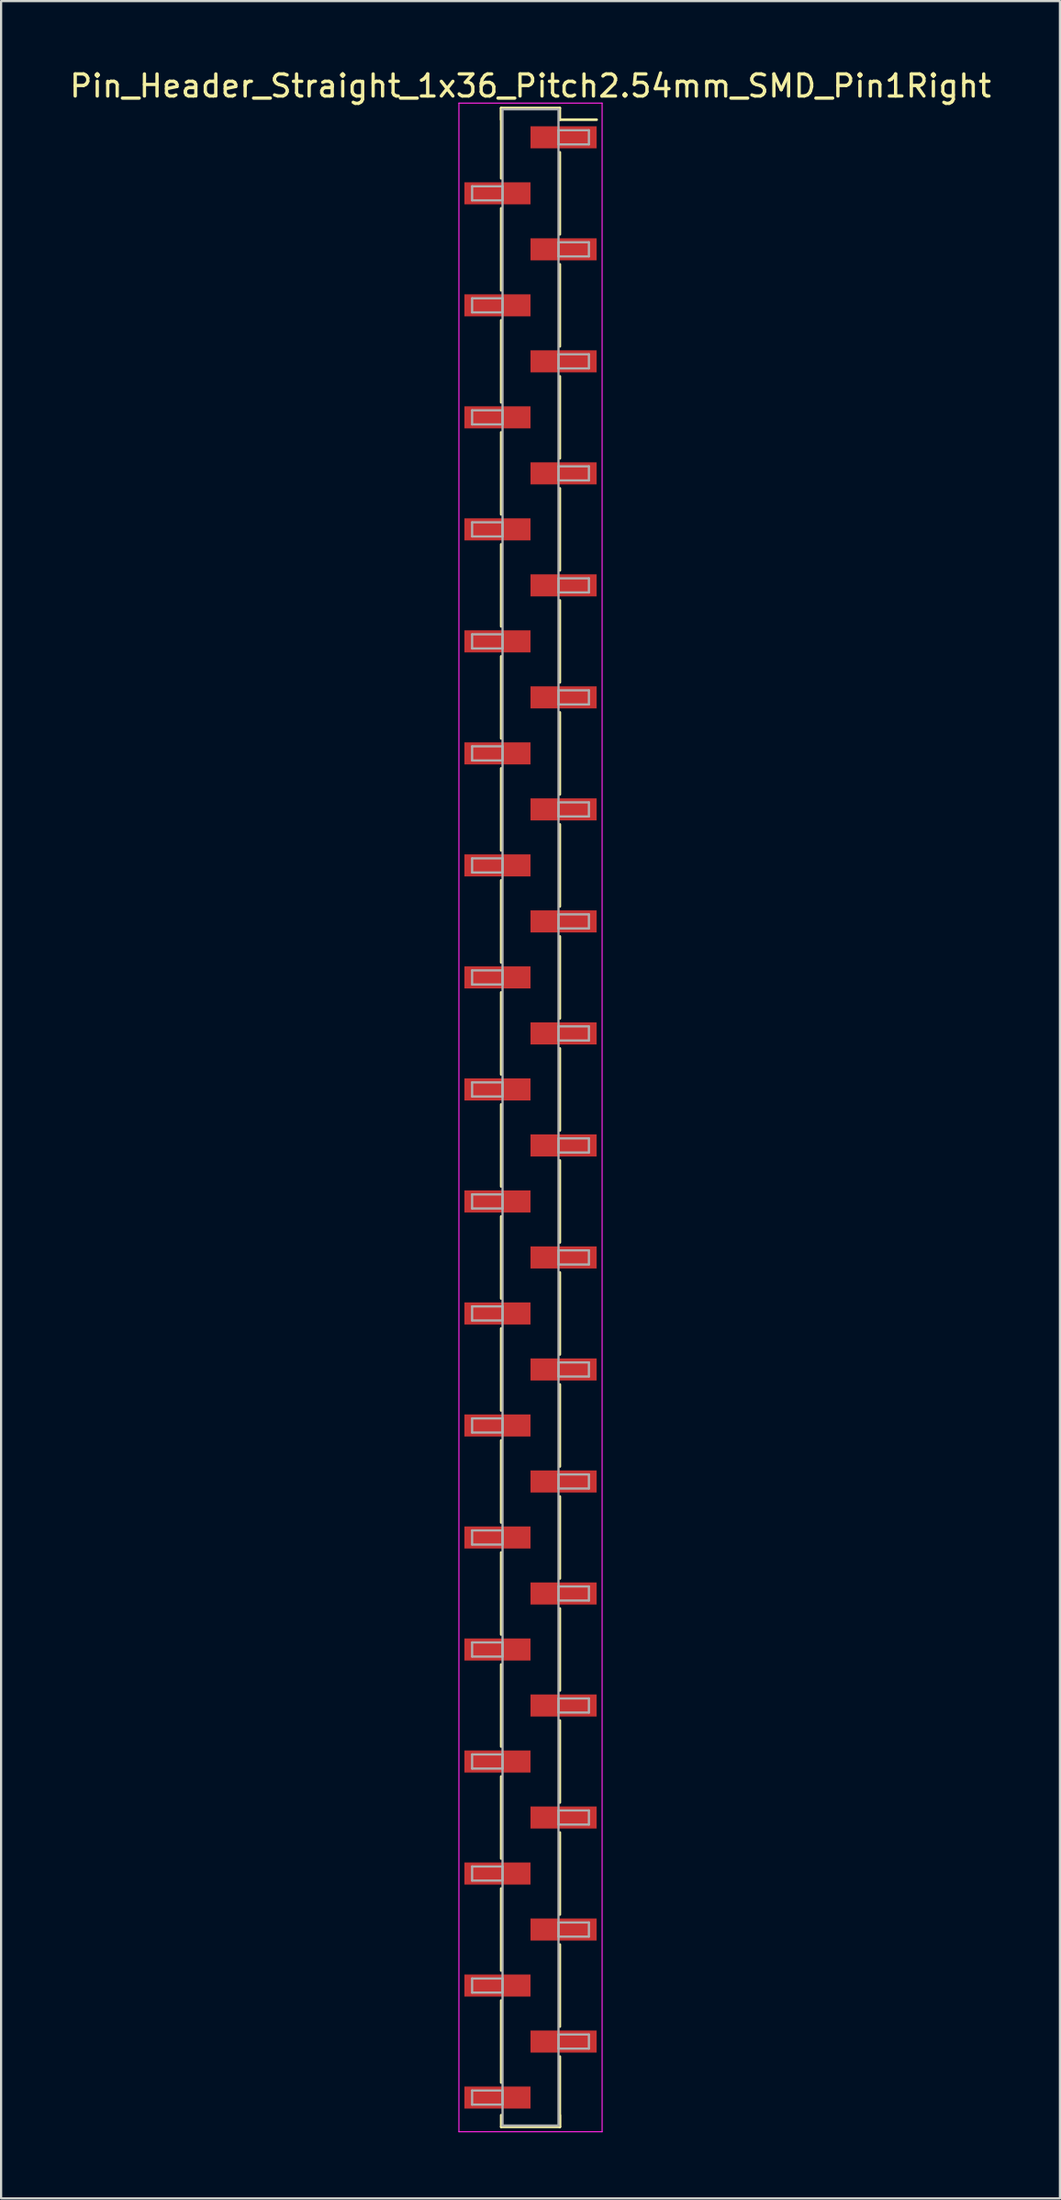
<source format=kicad_pcb>
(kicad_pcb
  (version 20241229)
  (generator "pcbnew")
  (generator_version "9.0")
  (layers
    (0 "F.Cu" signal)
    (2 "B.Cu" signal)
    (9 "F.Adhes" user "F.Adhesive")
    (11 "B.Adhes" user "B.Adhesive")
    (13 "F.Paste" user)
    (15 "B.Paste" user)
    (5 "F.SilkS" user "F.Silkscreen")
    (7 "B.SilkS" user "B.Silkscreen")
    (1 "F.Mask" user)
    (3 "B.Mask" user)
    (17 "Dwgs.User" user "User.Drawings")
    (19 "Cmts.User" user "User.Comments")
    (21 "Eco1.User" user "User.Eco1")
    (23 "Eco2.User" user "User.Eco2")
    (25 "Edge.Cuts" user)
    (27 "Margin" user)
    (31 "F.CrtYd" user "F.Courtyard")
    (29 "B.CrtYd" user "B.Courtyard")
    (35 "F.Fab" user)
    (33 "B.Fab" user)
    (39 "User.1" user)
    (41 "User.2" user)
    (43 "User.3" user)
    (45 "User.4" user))
  (footprint "Pin_Header_Straight_1x36_Pitch2.54mm_SMD_Pin1Right"
    (layer "F.Cu")
    (at 21.03 47.628)
    (property "Reference" "Pin_Header_Straight_1x36_Pitch2.54mm_SMD_Pin1Right" (at 0 -46.78 0) (layer "F.SilkS") (effects (font (size 1 1) (thickness 0.15))))
    (attr smd)
    (fp_line (start -1.33 -45.78) (end -1.33 -42.59) (stroke (width 0.12) (type solid)) (layer "F.SilkS"))
    (fp_line (start -1.33 -45.78) (end 1.33 -45.78) (stroke (width 0.12) (type solid)) (layer "F.SilkS"))
    (fp_line (start -1.33 -45.25) (end -1.33 -45.78) (stroke (width 0.12) (type solid)) (layer "F.SilkS"))
    (fp_line (start -1.33 -41.23) (end -1.33 -37.51) (stroke (width 0.12) (type solid)) (layer "F.SilkS"))
    (fp_line (start -1.33 -36.15) (end -1.33 -32.43) (stroke (width 0.12) (type solid)) (layer "F.SilkS"))
    (fp_line (start -1.33 -31.07) (end -1.33 -27.35) (stroke (width 0.12) (type solid)) (layer "F.SilkS"))
    (fp_line (start -1.33 -25.99) (end -1.33 -22.27) (stroke (width 0.12) (type solid)) (layer "F.SilkS"))
    (fp_line (start -1.33 -20.91) (end -1.33 -17.19) (stroke (width 0.12) (type solid)) (layer "F.SilkS"))
    (fp_line (start -1.33 -15.83) (end -1.33 -12.11) (stroke (width 0.12) (type solid)) (layer "F.SilkS"))
    (fp_line (start -1.33 -10.75) (end -1.33 -7.03) (stroke (width 0.12) (type solid)) (layer "F.SilkS"))
    (fp_line (start -1.33 -5.67) (end -1.33 -1.95) (stroke (width 0.12) (type solid)) (layer "F.SilkS"))
    (fp_line (start -1.33 -0.59) (end -1.33 3.13) (stroke (width 0.12) (type solid)) (layer "F.SilkS"))
    (fp_line (start -1.33 4.49) (end -1.33 8.21) (stroke (width 0.12) (type solid)) (layer "F.SilkS"))
    (fp_line (start -1.33 9.57) (end -1.33 13.29) (stroke (width 0.12) (type solid)) (layer "F.SilkS"))
    (fp_line (start -1.33 14.65) (end -1.33 18.37) (stroke (width 0.12) (type solid)) (layer "F.SilkS"))
    (fp_line (start -1.33 19.73) (end -1.33 23.45) (stroke (width 0.12) (type solid)) (layer "F.SilkS"))
    (fp_line (start -1.33 24.81) (end -1.33 28.53) (stroke (width 0.12) (type solid)) (layer "F.SilkS"))
    (fp_line (start -1.33 29.89) (end -1.33 33.61) (stroke (width 0.12) (type solid)) (layer "F.SilkS"))
    (fp_line (start -1.33 34.97) (end -1.33 38.69) (stroke (width 0.12) (type solid)) (layer "F.SilkS"))
    (fp_line (start -1.33 40.05) (end -1.33 43.77) (stroke (width 0.12) (type solid)) (layer "F.SilkS"))
    (fp_line (start -1.33 45.25) (end -1.33 45.78) (stroke (width 0.12) (type solid)) (layer "F.SilkS"))
    (fp_line (start -1.33 45.78) (end 1.33 45.78) (stroke (width 0.12) (type solid)) (layer "F.SilkS"))
    (fp_line (start 1.33 -45.78) (end 1.33 -45.25) (stroke (width 0.12) (type solid)) (layer "F.SilkS"))
    (fp_line (start 1.33 -45.25) (end 3 -45.25) (stroke (width 0.12) (type solid)) (layer "F.SilkS"))
    (fp_line (start 1.33 -43.77) (end 1.33 -40.05) (stroke (width 0.12) (type solid)) (layer "F.SilkS"))
    (fp_line (start 1.33 -38.69) (end 1.33 -34.97) (stroke (width 0.12) (type solid)) (layer "F.SilkS"))
    (fp_line (start 1.33 -33.61) (end 1.33 -29.89) (stroke (width 0.12) (type solid)) (layer "F.SilkS"))
    (fp_line (start 1.33 -28.53) (end 1.33 -24.81) (stroke (width 0.12) (type solid)) (layer "F.SilkS"))
    (fp_line (start 1.33 -23.45) (end 1.33 -19.73) (stroke (width 0.12) (type solid)) (layer "F.SilkS"))
    (fp_line (start 1.33 -18.37) (end 1.33 -14.65) (stroke (width 0.12) (type solid)) (layer "F.SilkS"))
    (fp_line (start 1.33 -13.29) (end 1.33 -9.57) (stroke (width 0.12) (type solid)) (layer "F.SilkS"))
    (fp_line (start 1.33 -8.21) (end 1.33 -4.49) (stroke (width 0.12) (type solid)) (layer "F.SilkS"))
    (fp_line (start 1.33 -3.13) (end 1.33 0.59) (stroke (width 0.12) (type solid)) (layer "F.SilkS"))
    (fp_line (start 1.33 1.95) (end 1.33 5.67) (stroke (width 0.12) (type solid)) (layer "F.SilkS"))
    (fp_line (start 1.33 7.03) (end 1.33 10.75) (stroke (width 0.12) (type solid)) (layer "F.SilkS"))
    (fp_line (start 1.33 12.11) (end 1.33 15.83) (stroke (width 0.12) (type solid)) (layer "F.SilkS"))
    (fp_line (start 1.33 17.19) (end 1.33 20.91) (stroke (width 0.12) (type solid)) (layer "F.SilkS"))
    (fp_line (start 1.33 22.27) (end 1.33 25.99) (stroke (width 0.12) (type solid)) (layer "F.SilkS"))
    (fp_line (start 1.33 27.35) (end 1.33 31.07) (stroke (width 0.12) (type solid)) (layer "F.SilkS"))
    (fp_line (start 1.33 32.43) (end 1.33 36.15) (stroke (width 0.12) (type solid)) (layer "F.SilkS"))
    (fp_line (start 1.33 37.51) (end 1.33 41.23) (stroke (width 0.12) (type solid)) (layer "F.SilkS"))
    (fp_line (start 1.33 42.59) (end 1.33 45.78) (stroke (width 0.12) (type solid)) (layer "F.SilkS"))
    (fp_line (start 1.33 45.78) (end 1.33 45.25) (stroke (width 0.12) (type solid)) (layer "F.SilkS"))
    (fp_line (start -3.25 -46) (end -3.25 46) (stroke (width 0.05) (type solid)) (layer "F.CrtYd"))
    (fp_line (start -3.25 46) (end 3.25 46) (stroke (width 0.05) (type solid)) (layer "F.CrtYd"))
    (fp_line (start 3.25 -46) (end -3.25 -46) (stroke (width 0.05) (type solid)) (layer "F.CrtYd"))
    (fp_line (start 3.25 46) (end 3.25 -46) (stroke (width 0.05) (type solid)) (layer "F.CrtYd"))
    (fp_line (start -2.65 -42.23) (end -1.27 -42.23) (stroke (width 0.1) (type solid)) (layer "F.Fab"))
    (fp_line (start -2.65 -41.59) (end -2.65 -42.23) (stroke (width 0.1) (type solid)) (layer "F.Fab"))
    (fp_line (start -2.65 -37.15) (end -1.27 -37.15) (stroke (width 0.1) (type solid)) (layer "F.Fab"))
    (fp_line (start -2.65 -36.51) (end -2.65 -37.15) (stroke (width 0.1) (type solid)) (layer "F.Fab"))
    (fp_line (start -2.65 -32.07) (end -1.27 -32.07) (stroke (width 0.1) (type solid)) (layer "F.Fab"))
    (fp_line (start -2.65 -31.43) (end -2.65 -32.07) (stroke (width 0.1) (type solid)) (layer "F.Fab"))
    (fp_line (start -2.65 -26.99) (end -1.27 -26.99) (stroke (width 0.1) (type solid)) (layer "F.Fab"))
    (fp_line (start -2.65 -26.35) (end -2.65 -26.99) (stroke (width 0.1) (type solid)) (layer "F.Fab"))
    (fp_line (start -2.65 -21.91) (end -1.27 -21.91) (stroke (width 0.1) (type solid)) (layer "F.Fab"))
    (fp_line (start -2.65 -21.27) (end -2.65 -21.91) (stroke (width 0.1) (type solid)) (layer "F.Fab"))
    (fp_line (start -2.65 -16.83) (end -1.27 -16.83) (stroke (width 0.1) (type solid)) (layer "F.Fab"))
    (fp_line (start -2.65 -16.19) (end -2.65 -16.83) (stroke (width 0.1) (type solid)) (layer "F.Fab"))
    (fp_line (start -2.65 -11.75) (end -1.27 -11.75) (stroke (width 0.1) (type solid)) (layer "F.Fab"))
    (fp_line (start -2.65 -11.11) (end -2.65 -11.75) (stroke (width 0.1) (type solid)) (layer "F.Fab"))
    (fp_line (start -2.65 -6.67) (end -1.27 -6.67) (stroke (width 0.1) (type solid)) (layer "F.Fab"))
    (fp_line (start -2.65 -6.03) (end -2.65 -6.67) (stroke (width 0.1) (type solid)) (layer "F.Fab"))
    (fp_line (start -2.65 -1.59) (end -1.27 -1.59) (stroke (width 0.1) (type solid)) (layer "F.Fab"))
    (fp_line (start -2.65 -0.95) (end -2.65 -1.59) (stroke (width 0.1) (type solid)) (layer "F.Fab"))
    (fp_line (start -2.65 3.49) (end -1.27 3.49) (stroke (width 0.1) (type solid)) (layer "F.Fab"))
    (fp_line (start -2.65 4.13) (end -2.65 3.49) (stroke (width 0.1) (type solid)) (layer "F.Fab"))
    (fp_line (start -2.65 8.57) (end -1.27 8.57) (stroke (width 0.1) (type solid)) (layer "F.Fab"))
    (fp_line (start -2.65 9.21) (end -2.65 8.57) (stroke (width 0.1) (type solid)) (layer "F.Fab"))
    (fp_line (start -2.65 13.65) (end -1.27 13.65) (stroke (width 0.1) (type solid)) (layer "F.Fab"))
    (fp_line (start -2.65 14.29) (end -2.65 13.65) (stroke (width 0.1) (type solid)) (layer "F.Fab"))
    (fp_line (start -2.65 18.73) (end -1.27 18.73) (stroke (width 0.1) (type solid)) (layer "F.Fab"))
    (fp_line (start -2.65 19.37) (end -2.65 18.73) (stroke (width 0.1) (type solid)) (layer "F.Fab"))
    (fp_line (start -2.65 23.81) (end -1.27 23.81) (stroke (width 0.1) (type solid)) (layer "F.Fab"))
    (fp_line (start -2.65 24.45) (end -2.65 23.81) (stroke (width 0.1) (type solid)) (layer "F.Fab"))
    (fp_line (start -2.65 28.89) (end -1.27 28.89) (stroke (width 0.1) (type solid)) (layer "F.Fab"))
    (fp_line (start -2.65 29.53) (end -2.65 28.89) (stroke (width 0.1) (type solid)) (layer "F.Fab"))
    (fp_line (start -2.65 33.97) (end -1.27 33.97) (stroke (width 0.1) (type solid)) (layer "F.Fab"))
    (fp_line (start -2.65 34.61) (end -2.65 33.97) (stroke (width 0.1) (type solid)) (layer "F.Fab"))
    (fp_line (start -2.65 39.05) (end -1.27 39.05) (stroke (width 0.1) (type solid)) (layer "F.Fab"))
    (fp_line (start -2.65 39.69) (end -2.65 39.05) (stroke (width 0.1) (type solid)) (layer "F.Fab"))
    (fp_line (start -2.65 44.13) (end -1.27 44.13) (stroke (width 0.1) (type solid)) (layer "F.Fab"))
    (fp_line (start -2.65 44.77) (end -2.65 44.13) (stroke (width 0.1) (type solid)) (layer "F.Fab"))
    (fp_line (start -1.27 -45.72) (end -1.27 45.72) (stroke (width 0.1) (type solid)) (layer "F.Fab"))
    (fp_line (start -1.27 -42.23) (end -1.27 -41.59) (stroke (width 0.1) (type solid)) (layer "F.Fab"))
    (fp_line (start -1.27 -41.59) (end -2.65 -41.59) (stroke (width 0.1) (type solid)) (layer "F.Fab"))
    (fp_line (start -1.27 -37.15) (end -1.27 -36.51) (stroke (width 0.1) (type solid)) (layer "F.Fab"))
    (fp_line (start -1.27 -36.51) (end -2.65 -36.51) (stroke (width 0.1) (type solid)) (layer "F.Fab"))
    (fp_line (start -1.27 -32.07) (end -1.27 -31.43) (stroke (width 0.1) (type solid)) (layer "F.Fab"))
    (fp_line (start -1.27 -31.43) (end -2.65 -31.43) (stroke (width 0.1) (type solid)) (layer "F.Fab"))
    (fp_line (start -1.27 -26.99) (end -1.27 -26.35) (stroke (width 0.1) (type solid)) (layer "F.Fab"))
    (fp_line (start -1.27 -26.35) (end -2.65 -26.35) (stroke (width 0.1) (type solid)) (layer "F.Fab"))
    (fp_line (start -1.27 -21.91) (end -1.27 -21.27) (stroke (width 0.1) (type solid)) (layer "F.Fab"))
    (fp_line (start -1.27 -21.27) (end -2.65 -21.27) (stroke (width 0.1) (type solid)) (layer "F.Fab"))
    (fp_line (start -1.27 -16.83) (end -1.27 -16.19) (stroke (width 0.1) (type solid)) (layer "F.Fab"))
    (fp_line (start -1.27 -16.19) (end -2.65 -16.19) (stroke (width 0.1) (type solid)) (layer "F.Fab"))
    (fp_line (start -1.27 -11.75) (end -1.27 -11.11) (stroke (width 0.1) (type solid)) (layer "F.Fab"))
    (fp_line (start -1.27 -11.11) (end -2.65 -11.11) (stroke (width 0.1) (type solid)) (layer "F.Fab"))
    (fp_line (start -1.27 -6.67) (end -1.27 -6.03) (stroke (width 0.1) (type solid)) (layer "F.Fab"))
    (fp_line (start -1.27 -6.03) (end -2.65 -6.03) (stroke (width 0.1) (type solid)) (layer "F.Fab"))
    (fp_line (start -1.27 -1.59) (end -1.27 -0.95) (stroke (width 0.1) (type solid)) (layer "F.Fab"))
    (fp_line (start -1.27 -0.95) (end -2.65 -0.95) (stroke (width 0.1) (type solid)) (layer "F.Fab"))
    (fp_line (start -1.27 3.49) (end -1.27 4.13) (stroke (width 0.1) (type solid)) (layer "F.Fab"))
    (fp_line (start -1.27 4.13) (end -2.65 4.13) (stroke (width 0.1) (type solid)) (layer "F.Fab"))
    (fp_line (start -1.27 8.57) (end -1.27 9.21) (stroke (width 0.1) (type solid)) (layer "F.Fab"))
    (fp_line (start -1.27 9.21) (end -2.65 9.21) (stroke (width 0.1) (type solid)) (layer "F.Fab"))
    (fp_line (start -1.27 13.65) (end -1.27 14.29) (stroke (width 0.1) (type solid)) (layer "F.Fab"))
    (fp_line (start -1.27 14.29) (end -2.65 14.29) (stroke (width 0.1) (type solid)) (layer "F.Fab"))
    (fp_line (start -1.27 18.73) (end -1.27 19.37) (stroke (width 0.1) (type solid)) (layer "F.Fab"))
    (fp_line (start -1.27 19.37) (end -2.65 19.37) (stroke (width 0.1) (type solid)) (layer "F.Fab"))
    (fp_line (start -1.27 23.81) (end -1.27 24.45) (stroke (width 0.1) (type solid)) (layer "F.Fab"))
    (fp_line (start -1.27 24.45) (end -2.65 24.45) (stroke (width 0.1) (type solid)) (layer "F.Fab"))
    (fp_line (start -1.27 28.89) (end -1.27 29.53) (stroke (width 0.1) (type solid)) (layer "F.Fab"))
    (fp_line (start -1.27 29.53) (end -2.65 29.53) (stroke (width 0.1) (type solid)) (layer "F.Fab"))
    (fp_line (start -1.27 33.97) (end -1.27 34.61) (stroke (width 0.1) (type solid)) (layer "F.Fab"))
    (fp_line (start -1.27 34.61) (end -2.65 34.61) (stroke (width 0.1) (type solid)) (layer "F.Fab"))
    (fp_line (start -1.27 39.05) (end -1.27 39.69) (stroke (width 0.1) (type solid)) (layer "F.Fab"))
    (fp_line (start -1.27 39.69) (end -2.65 39.69) (stroke (width 0.1) (type solid)) (layer "F.Fab"))
    (fp_line (start -1.27 44.13) (end -1.27 44.77) (stroke (width 0.1) (type solid)) (layer "F.Fab"))
    (fp_line (start -1.27 44.77) (end -2.65 44.77) (stroke (width 0.1) (type solid)) (layer "F.Fab"))
    (fp_line (start -1.27 45.72) (end 1.27 45.72) (stroke (width 0.1) (type solid)) (layer "F.Fab"))
    (fp_line (start 1.27 -45.72) (end -1.27 -45.72) (stroke (width 0.1) (type solid)) (layer "F.Fab"))
    (fp_line (start 1.27 -44.77) (end 1.27 -44.13) (stroke (width 0.1) (type solid)) (layer "F.Fab"))
    (fp_line (start 1.27 -44.13) (end 2.65 -44.13) (stroke (width 0.1) (type solid)) (layer "F.Fab"))
    (fp_line (start 1.27 -39.69) (end 1.27 -39.05) (stroke (width 0.1) (type solid)) (layer "F.Fab"))
    (fp_line (start 1.27 -39.05) (end 2.65 -39.05) (stroke (width 0.1) (type solid)) (layer "F.Fab"))
    (fp_line (start 1.27 -34.61) (end 1.27 -33.97) (stroke (width 0.1) (type solid)) (layer "F.Fab"))
    (fp_line (start 1.27 -33.97) (end 2.65 -33.97) (stroke (width 0.1) (type solid)) (layer "F.Fab"))
    (fp_line (start 1.27 -29.53) (end 1.27 -28.89) (stroke (width 0.1) (type solid)) (layer "F.Fab"))
    (fp_line (start 1.27 -28.89) (end 2.65 -28.89) (stroke (width 0.1) (type solid)) (layer "F.Fab"))
    (fp_line (start 1.27 -24.45) (end 1.27 -23.81) (stroke (width 0.1) (type solid)) (layer "F.Fab"))
    (fp_line (start 1.27 -23.81) (end 2.65 -23.81) (stroke (width 0.1) (type solid)) (layer "F.Fab"))
    (fp_line (start 1.27 -19.37) (end 1.27 -18.73) (stroke (width 0.1) (type solid)) (layer "F.Fab"))
    (fp_line (start 1.27 -18.73) (end 2.65 -18.73) (stroke (width 0.1) (type solid)) (layer "F.Fab"))
    (fp_line (start 1.27 -14.29) (end 1.27 -13.65) (stroke (width 0.1) (type solid)) (layer "F.Fab"))
    (fp_line (start 1.27 -13.65) (end 2.65 -13.65) (stroke (width 0.1) (type solid)) (layer "F.Fab"))
    (fp_line (start 1.27 -9.21) (end 1.27 -8.57) (stroke (width 0.1) (type solid)) (layer "F.Fab"))
    (fp_line (start 1.27 -8.57) (end 2.65 -8.57) (stroke (width 0.1) (type solid)) (layer "F.Fab"))
    (fp_line (start 1.27 -4.13) (end 1.27 -3.49) (stroke (width 0.1) (type solid)) (layer "F.Fab"))
    (fp_line (start 1.27 -3.49) (end 2.65 -3.49) (stroke (width 0.1) (type solid)) (layer "F.Fab"))
    (fp_line (start 1.27 0.95) (end 1.27 1.59) (stroke (width 0.1) (type solid)) (layer "F.Fab"))
    (fp_line (start 1.27 1.59) (end 2.65 1.59) (stroke (width 0.1) (type solid)) (layer "F.Fab"))
    (fp_line (start 1.27 6.03) (end 1.27 6.67) (stroke (width 0.1) (type solid)) (layer "F.Fab"))
    (fp_line (start 1.27 6.67) (end 2.65 6.67) (stroke (width 0.1) (type solid)) (layer "F.Fab"))
    (fp_line (start 1.27 11.11) (end 1.27 11.75) (stroke (width 0.1) (type solid)) (layer "F.Fab"))
    (fp_line (start 1.27 11.75) (end 2.65 11.75) (stroke (width 0.1) (type solid)) (layer "F.Fab"))
    (fp_line (start 1.27 16.19) (end 1.27 16.83) (stroke (width 0.1) (type solid)) (layer "F.Fab"))
    (fp_line (start 1.27 16.83) (end 2.65 16.83) (stroke (width 0.1) (type solid)) (layer "F.Fab"))
    (fp_line (start 1.27 21.27) (end 1.27 21.91) (stroke (width 0.1) (type solid)) (layer "F.Fab"))
    (fp_line (start 1.27 21.91) (end 2.65 21.91) (stroke (width 0.1) (type solid)) (layer "F.Fab"))
    (fp_line (start 1.27 26.35) (end 1.27 26.99) (stroke (width 0.1) (type solid)) (layer "F.Fab"))
    (fp_line (start 1.27 26.99) (end 2.65 26.99) (stroke (width 0.1) (type solid)) (layer "F.Fab"))
    (fp_line (start 1.27 31.43) (end 1.27 32.07) (stroke (width 0.1) (type solid)) (layer "F.Fab"))
    (fp_line (start 1.27 32.07) (end 2.65 32.07) (stroke (width 0.1) (type solid)) (layer "F.Fab"))
    (fp_line (start 1.27 36.51) (end 1.27 37.15) (stroke (width 0.1) (type solid)) (layer "F.Fab"))
    (fp_line (start 1.27 37.15) (end 2.65 37.15) (stroke (width 0.1) (type solid)) (layer "F.Fab"))
    (fp_line (start 1.27 41.59) (end 1.27 42.23) (stroke (width 0.1) (type solid)) (layer "F.Fab"))
    (fp_line (start 1.27 42.23) (end 2.65 42.23) (stroke (width 0.1) (type solid)) (layer "F.Fab"))
    (fp_line (start 1.27 45.72) (end 1.27 -45.72) (stroke (width 0.1) (type solid)) (layer "F.Fab"))
    (fp_line (start 2.65 -44.77) (end 1.27 -44.77) (stroke (width 0.1) (type solid)) (layer "F.Fab"))
    (fp_line (start 2.65 -44.13) (end 2.65 -44.77) (stroke (width 0.1) (type solid)) (layer "F.Fab"))
    (fp_line (start 2.65 -39.69) (end 1.27 -39.69) (stroke (width 0.1) (type solid)) (layer "F.Fab"))
    (fp_line (start 2.65 -39.05) (end 2.65 -39.69) (stroke (width 0.1) (type solid)) (layer "F.Fab"))
    (fp_line (start 2.65 -34.61) (end 1.27 -34.61) (stroke (width 0.1) (type solid)) (layer "F.Fab"))
    (fp_line (start 2.65 -33.97) (end 2.65 -34.61) (stroke (width 0.1) (type solid)) (layer "F.Fab"))
    (fp_line (start 2.65 -29.53) (end 1.27 -29.53) (stroke (width 0.1) (type solid)) (layer "F.Fab"))
    (fp_line (start 2.65 -28.89) (end 2.65 -29.53) (stroke (width 0.1) (type solid)) (layer "F.Fab"))
    (fp_line (start 2.65 -24.45) (end 1.27 -24.45) (stroke (width 0.1) (type solid)) (layer "F.Fab"))
    (fp_line (start 2.65 -23.81) (end 2.65 -24.45) (stroke (width 0.1) (type solid)) (layer "F.Fab"))
    (fp_line (start 2.65 -19.37) (end 1.27 -19.37) (stroke (width 0.1) (type solid)) (layer "F.Fab"))
    (fp_line (start 2.65 -18.73) (end 2.65 -19.37) (stroke (width 0.1) (type solid)) (layer "F.Fab"))
    (fp_line (start 2.65 -14.29) (end 1.27 -14.29) (stroke (width 0.1) (type solid)) (layer "F.Fab"))
    (fp_line (start 2.65 -13.65) (end 2.65 -14.29) (stroke (width 0.1) (type solid)) (layer "F.Fab"))
    (fp_line (start 2.65 -9.21) (end 1.27 -9.21) (stroke (width 0.1) (type solid)) (layer "F.Fab"))
    (fp_line (start 2.65 -8.57) (end 2.65 -9.21) (stroke (width 0.1) (type solid)) (layer "F.Fab"))
    (fp_line (start 2.65 -4.13) (end 1.27 -4.13) (stroke (width 0.1) (type solid)) (layer "F.Fab"))
    (fp_line (start 2.65 -3.49) (end 2.65 -4.13) (stroke (width 0.1) (type solid)) (layer "F.Fab"))
    (fp_line (start 2.65 0.95) (end 1.27 0.95) (stroke (width 0.1) (type solid)) (layer "F.Fab"))
    (fp_line (start 2.65 1.59) (end 2.65 0.95) (stroke (width 0.1) (type solid)) (layer "F.Fab"))
    (fp_line (start 2.65 6.03) (end 1.27 6.03) (stroke (width 0.1) (type solid)) (layer "F.Fab"))
    (fp_line (start 2.65 6.67) (end 2.65 6.03) (stroke (width 0.1) (type solid)) (layer "F.Fab"))
    (fp_line (start 2.65 11.11) (end 1.27 11.11) (stroke (width 0.1) (type solid)) (layer "F.Fab"))
    (fp_line (start 2.65 11.75) (end 2.65 11.11) (stroke (width 0.1) (type solid)) (layer "F.Fab"))
    (fp_line (start 2.65 16.19) (end 1.27 16.19) (stroke (width 0.1) (type solid)) (layer "F.Fab"))
    (fp_line (start 2.65 16.83) (end 2.65 16.19) (stroke (width 0.1) (type solid)) (layer "F.Fab"))
    (fp_line (start 2.65 21.27) (end 1.27 21.27) (stroke (width 0.1) (type solid)) (layer "F.Fab"))
    (fp_line (start 2.65 21.91) (end 2.65 21.27) (stroke (width 0.1) (type solid)) (layer "F.Fab"))
    (fp_line (start 2.65 26.35) (end 1.27 26.35) (stroke (width 0.1) (type solid)) (layer "F.Fab"))
    (fp_line (start 2.65 26.99) (end 2.65 26.35) (stroke (width 0.1) (type solid)) (layer "F.Fab"))
    (fp_line (start 2.65 31.43) (end 1.27 31.43) (stroke (width 0.1) (type solid)) (layer "F.Fab"))
    (fp_line (start 2.65 32.07) (end 2.65 31.43) (stroke (width 0.1) (type solid)) (layer "F.Fab"))
    (fp_line (start 2.65 36.51) (end 1.27 36.51) (stroke (width 0.1) (type solid)) (layer "F.Fab"))
    (fp_line (start 2.65 37.15) (end 2.65 36.51) (stroke (width 0.1) (type solid)) (layer "F.Fab"))
    (fp_line (start 2.65 41.59) (end 1.27 41.59) (stroke (width 0.1) (type solid)) (layer "F.Fab"))
    (fp_line (start 2.65 42.23) (end 2.65 41.59) (stroke (width 0.1) (type solid)) (layer "F.Fab"))
    (pad "1" smd rect (at 1.5 -44.45) (size 3 1) (layers "F.Cu" "F.Mask"))
    (pad "2" smd rect (at -1.5 -41.91) (size 3 1) (layers "F.Cu" "F.Mask"))
    (pad "3" smd rect (at 1.5 -39.37) (size 3 1) (layers "F.Cu" "F.Mask"))
    (pad "4" smd rect (at -1.5 -36.83) (size 3 1) (layers "F.Cu" "F.Mask"))
    (pad "5" smd rect (at 1.5 -34.29) (size 3 1) (layers "F.Cu" "F.Mask"))
    (pad "6" smd rect (at -1.5 -31.75) (size 3 1) (layers "F.Cu" "F.Mask"))
    (pad "7" smd rect (at 1.5 -29.21) (size 3 1) (layers "F.Cu" "F.Mask"))
    (pad "8" smd rect (at -1.5 -26.67) (size 3 1) (layers "F.Cu" "F.Mask"))
    (pad "9" smd rect (at 1.5 -24.13) (size 3 1) (layers "F.Cu" "F.Mask"))
    (pad "10" smd rect (at -1.5 -21.59) (size 3 1) (layers "F.Cu" "F.Mask"))
    (pad "11" smd rect (at 1.5 -19.05) (size 3 1) (layers "F.Cu" "F.Mask"))
    (pad "12" smd rect (at -1.5 -16.51) (size 3 1) (layers "F.Cu" "F.Mask"))
    (pad "13" smd rect (at 1.5 -13.97) (size 3 1) (layers "F.Cu" "F.Mask"))
    (pad "14" smd rect (at -1.5 -11.43) (size 3 1) (layers "F.Cu" "F.Mask"))
    (pad "15" smd rect (at 1.5 -8.89) (size 3 1) (layers "F.Cu" "F.Mask"))
    (pad "16" smd rect (at -1.5 -6.35) (size 3 1) (layers "F.Cu" "F.Mask"))
    (pad "17" smd rect (at 1.5 -3.81) (size 3 1) (layers "F.Cu" "F.Mask"))
    (pad "18" smd rect (at -1.5 -1.27) (size 3 1) (layers "F.Cu" "F.Mask"))
    (pad "19" smd rect (at 1.5 1.27) (size 3 1) (layers "F.Cu" "F.Mask"))
    (pad "20" smd rect (at -1.5 3.81) (size 3 1) (layers "F.Cu" "F.Mask"))
    (pad "21" smd rect (at 1.5 6.35) (size 3 1) (layers "F.Cu" "F.Mask"))
    (pad "22" smd rect (at -1.5 8.89) (size 3 1) (layers "F.Cu" "F.Mask"))
    (pad "23" smd rect (at 1.5 11.43) (size 3 1) (layers "F.Cu" "F.Mask"))
    (pad "24" smd rect (at -1.5 13.97) (size 3 1) (layers "F.Cu" "F.Mask"))
    (pad "25" smd rect (at 1.5 16.51) (size 3 1) (layers "F.Cu" "F.Mask"))
    (pad "26" smd rect (at -1.5 19.05) (size 3 1) (layers "F.Cu" "F.Mask"))
    (pad "27" smd rect (at 1.5 21.59) (size 3 1) (layers "F.Cu" "F.Mask"))
    (pad "28" smd rect (at -1.5 24.13) (size 3 1) (layers "F.Cu" "F.Mask"))
    (pad "29" smd rect (at 1.5 26.67) (size 3 1) (layers "F.Cu" "F.Mask"))
    (pad "30" smd rect (at -1.5 29.21) (size 3 1) (layers "F.Cu" "F.Mask"))
    (pad "31" smd rect (at 1.5 31.75) (size 3 1) (layers "F.Cu" "F.Mask"))
    (pad "32" smd rect (at -1.5 34.29) (size 3 1) (layers "F.Cu" "F.Mask"))
    (pad "33" smd rect (at 1.5 36.83) (size 3 1) (layers "F.Cu" "F.Mask"))
    (pad "34" smd rect (at -1.5 39.37) (size 3 1) (layers "F.Cu" "F.Mask"))
    (pad "35" smd rect (at 1.5 41.91) (size 3 1) (layers "F.Cu" "F.Mask"))
    (pad "36" smd rect (at -1.5 44.45) (size 3 1) (layers "F.Cu" "F.Mask")))
  (gr_rect
    (start -3 -3)
    (end 45.06 96.653)
    (stroke (width 0.1) (type default))
    (fill no)
    (layer "Edge.Cuts")))
</source>
